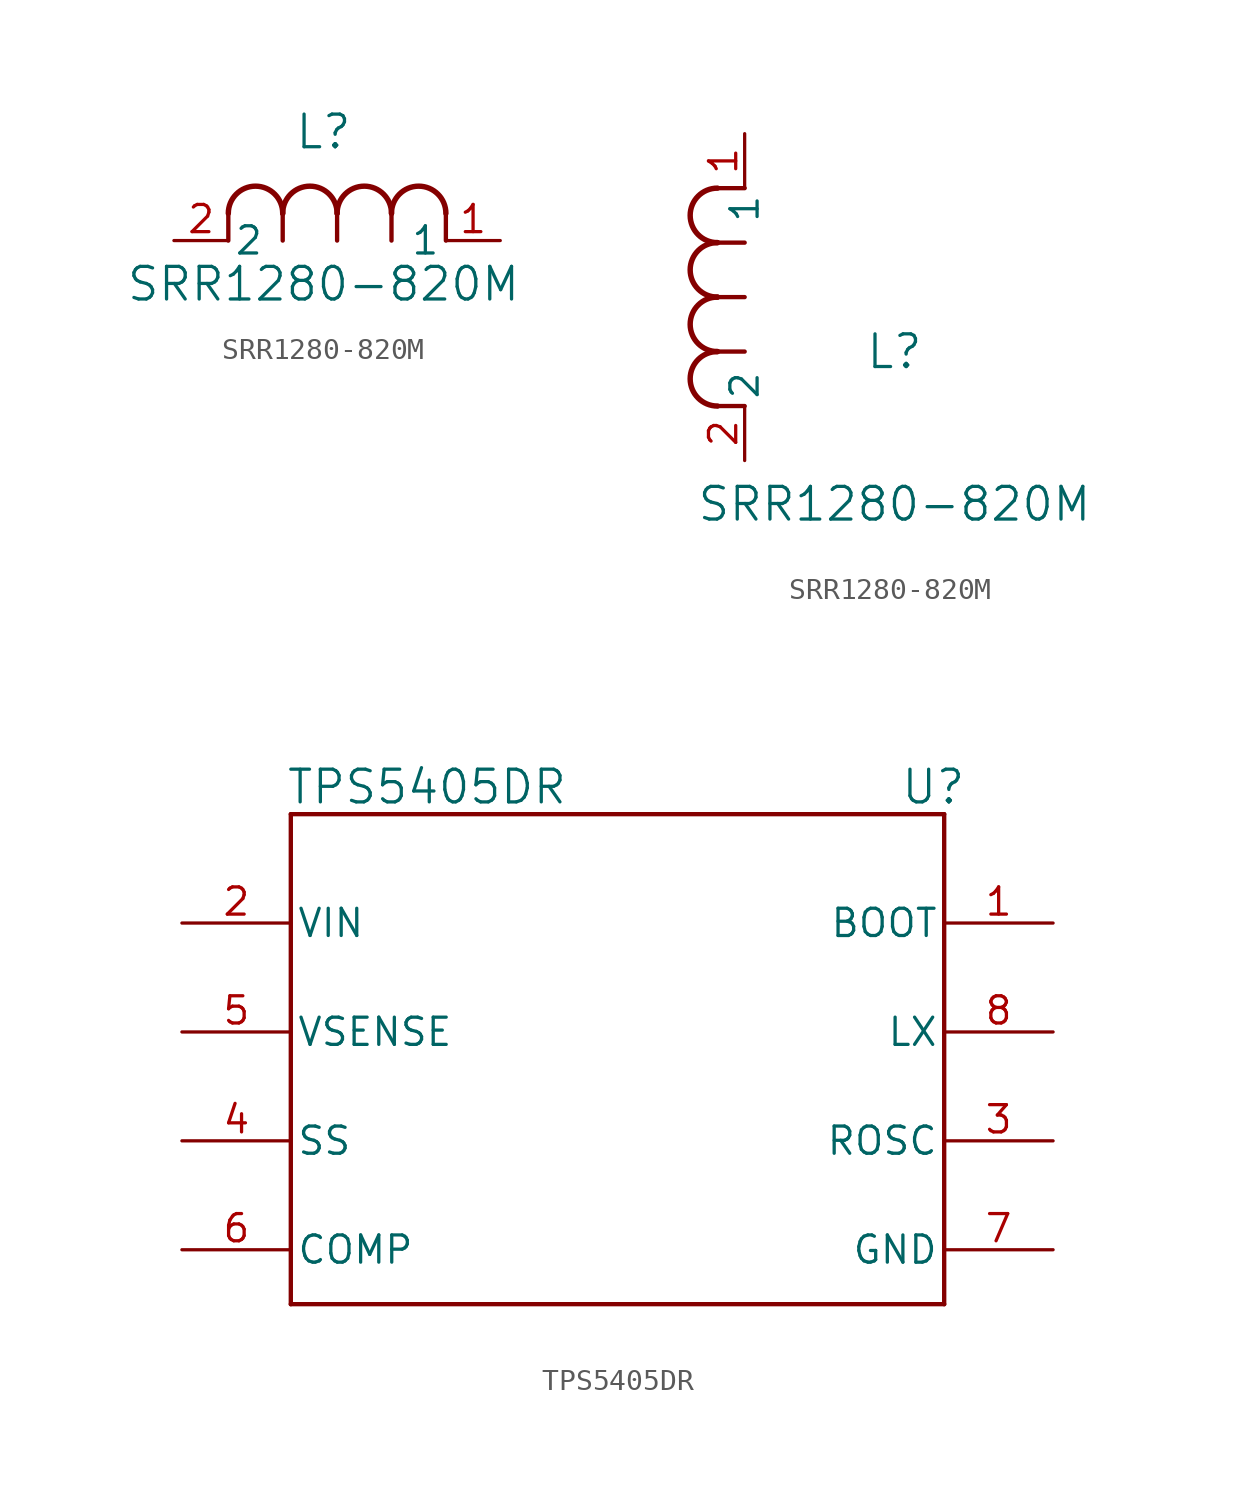
<source format=kicad_sym>
(kicad_symbol_lib
  (version 20241209)
  (generator "kicad_symbol_editor")
  (generator_version "9.0")
  (symbol "SRR1280-820M"
    (pin_names
      (offset 0.254))
    (property "Reference" "L"
      (at 6.985 5.08 0)
      (effects (font (size 1.524 1.524))))
    (property "Value" "SRR1280-820M"
      (at 6.985 -2.032 0)
      (effects (font (size 1.524 1.524))))
    (symbol "SRR1280-820M_1_1"
      (polyline (pts (xy 2.54 0) (xy 2.54 1.27)) (stroke (width 0.203) (type default)) (fill (type none)))
      (arc (start 2.54 1.27) (mid 3.81 2.5344) (end 5.08 1.27) (stroke (width 0.254) (type default)) (fill (type none)))
      (polyline (pts (xy 5.08 0) (xy 5.08 1.27)) (stroke (width 0.203) (type default)) (fill (type none)))
      (arc (start 5.08 1.27) (mid 6.35 2.5344) (end 7.62 1.27) (stroke (width 0.254) (type default)) (fill (type none)))
      (polyline (pts (xy 7.62 0) (xy 7.62 1.27)) (stroke (width 0.203) (type default)) (fill (type none)))
      (arc (start 7.62 1.27) (mid 8.89 2.5344) (end 10.16 1.27) (stroke (width 0.254) (type default)) (fill (type none)))
      (polyline (pts (xy 10.16 0) (xy 10.16 1.27)) (stroke (width 0.203) (type default)) (fill (type none)))
      (arc (start 10.16 1.27) (mid 11.43 2.5344) (end 12.7 1.27) (stroke (width 0.254) (type default)) (fill (type none)))
      (polyline (pts (xy 12.7 0) (xy 12.7 1.27)) (stroke (width 0.203) (type default)) (fill (type none)))
      (pin unspecified line (at 0 0 0) (length 2.54) (name "2" (effects (font (size 1.27 1.27)))) (number "2" (effects (font (size 1.27 1.27)))))
      (pin unspecified line (at 15.24 0 180) (length 2.54) (name "1" (effects (font (size 1.27 1.27)))) (number "1" (effects (font (size 1.27 1.27))))))
    (symbol "SRR1280-820M_1_2"
      (arc (start -1.27 10.16) (mid -2.5344 11.43) (end -1.27 12.7) (stroke (width 0.254) (type default)) (fill (type none)))
      (arc (start -1.27 7.62) (mid -2.5344 8.89) (end -1.27 10.16) (stroke (width 0.254) (type default)) (fill (type none)))
      (arc (start -1.27 5.08) (mid -2.5344 6.35) (end -1.27 7.62) (stroke (width 0.254) (type default)) (fill (type none)))
      (arc (start -1.27 2.54) (mid -2.5344 3.81) (end -1.27 5.08) (stroke (width 0.254) (type default)) (fill (type none)))
      (polyline (pts (xy 0 12.7) (xy -1.27 12.7)) (stroke (width 0.203) (type default)) (fill (type none)))
      (polyline (pts (xy 0 10.16) (xy -1.27 10.16)) (stroke (width 0.203) (type default)) (fill (type none)))
      (polyline (pts (xy 0 7.62) (xy -1.27 7.62)) (stroke (width 0.203) (type default)) (fill (type none)))
      (polyline (pts (xy 0 5.08) (xy -1.27 5.08)) (stroke (width 0.203) (type default)) (fill (type none)))
      (polyline (pts (xy 0 2.54) (xy -1.27 2.54)) (stroke (width 0.203) (type default)) (fill (type none)))
      (pin unspecified line (at 0 15.24 270) (length 2.54) (name "1" (effects (font (size 1.27 1.27)))) (number "1" (effects (font (size 1.27 1.27)))))
      (pin unspecified line (at 0 0 90) (length 2.54) (name "2" (effects (font (size 1.27 1.27)))) (number "2" (effects (font (size 1.27 1.27)))))))
  (symbol "TPS5405DR"
    (pin_names
      (offset 0.254))
    (property "Reference" "U"
      (at 35.052 6.35 0)
      (effects (font (size 1.524 1.524))))
    (property "Value" "TPS5405DR"
      (at 11.43 6.35 0)
      (effects (font (size 1.524 1.524))))
    (symbol "TPS5405DR_0_1"
      (polyline (pts (xy 5.08 5.08) (xy 5.08 -17.78)) (stroke (width 0.203) (type default)) (fill (type none)))
      (polyline (pts (xy 5.08 -17.78) (xy 35.56 -17.78)) (stroke (width 0.203) (type default)) (fill (type none)))
      (polyline (pts (xy 35.56 5.08) (xy 5.08 5.08)) (stroke (width 0.203) (type default)) (fill (type none)))
      (polyline (pts (xy 35.56 -17.78) (xy 35.56 5.08)) (stroke (width 0.203) (type default)) (fill (type none)))
      (pin power_in line (at 0 0 0) (length 5.08) (name "VIN" (effects (font (size 1.27 1.27)))) (number "2" (effects (font (size 1.27 1.27)))))
      (pin power_in line (at 0 -5.08 0) (length 5.08) (name "VSENSE" (effects (font (size 1.27 1.27)))) (number "5" (effects (font (size 1.27 1.27)))))
      (pin unspecified line (at 0 -10.16 0) (length 5.08) (name "SS" (effects (font (size 1.27 1.27)))) (number "4" (effects (font (size 1.27 1.27)))))
      (pin unspecified line (at 0 -15.24 0) (length 5.08) (name "COMP" (effects (font (size 1.27 1.27)))) (number "6" (effects (font (size 1.27 1.27)))))
      (pin unspecified line (at 40.64 0 180) (length 5.08) (name "BOOT" (effects (font (size 1.27 1.27)))) (number "1" (effects (font (size 1.27 1.27)))))
      (pin unspecified line (at 40.64 -5.08 180) (length 5.08) (name "LX" (effects (font (size 1.27 1.27)))) (number "8" (effects (font (size 1.27 1.27)))))
      (pin unspecified line (at 40.64 -10.16 180) (length 5.08) (name "ROSC" (effects (font (size 1.27 1.27)))) (number "3" (effects (font (size 1.27 1.27)))))
      (pin power_in line (at 40.64 -15.24 180) (length 5.08) (name "GND" (effects (font (size 1.27 1.27)))) (number "7" (effects (font (size 1.27 1.27))))))))
</source>
